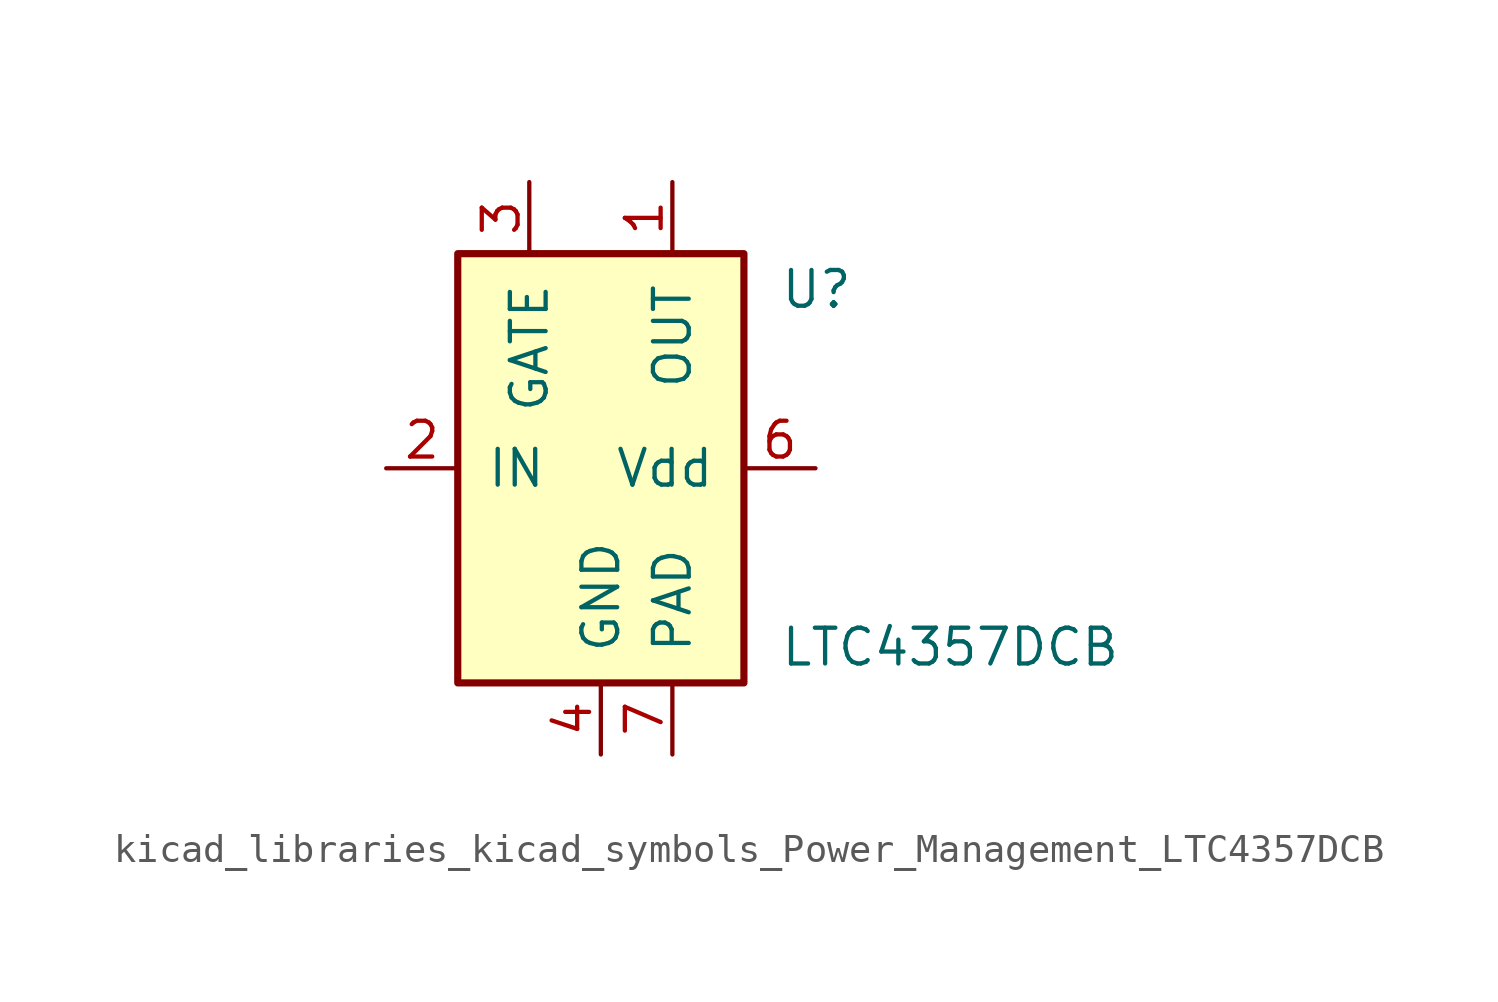
<source format=kicad_sym>
(kicad_symbol_lib
  (version 20220914)
  (generator kicad_symbol_editor)
  (symbol "kicad_libraries_kicad_symbols_Power_Management_LTC4357DCB"
    (pin_names
      (offset 1.016))
    (property "Reference" "U"
      (at 6.35 6.35 0)
      (effects (font (size 1.27 1.27)) (justify left)))
    (property "Value" "LTC4357DCB"
      (at 6.35 -6.35 0)
      (effects (font (size 1.27 1.27)) (justify left)))
    (symbol "kicad_libraries_kicad_symbols_Power_Management_LTC4357DCB_0_1"
      (rectangle (start -5.08 7.62) (end 5.08 -7.62) (stroke (width 0.254) (type default)) (fill (type background))))
    (symbol "kicad_libraries_kicad_symbols_Power_Management_LTC4357DCB_1_1"
      (pin input line (at 2.54 10.16 270) (length 2.54) (name "OUT" (effects (font (size 1.27 1.27)))) (number "1" (effects (font (size 1.27 1.27)))))
      (pin input line (at -7.62 0 0) (length 2.54) (name "IN" (effects (font (size 1.27 1.27)))) (number "2" (effects (font (size 1.27 1.27)))))
      (pin output line (at -2.54 10.16 270) (length 2.54) (name "GATE" (effects (font (size 1.27 1.27)))) (number "3" (effects (font (size 1.27 1.27)))))
      (pin power_in line (at 0 -10.16 90) (length 2.54) (name "GND" (effects (font (size 1.27 1.27)))) (number "4" (effects (font (size 1.27 1.27)))))
      (pin no_connect line (at -5.08 -2.54 0) (length 2.54) hide (name "NC" (effects (font (size 1.27 1.27)))) (number "5" (effects (font (size 1.27 1.27)))))
      (pin power_in line (at 7.62 0 180) (length 2.54) (name "Vdd" (effects (font (size 1.27 1.27)))) (number "6" (effects (font (size 1.27 1.27)))))
      (pin power_in line (at 2.54 -10.16 90) (length 2.54) (name "PAD" (effects (font (size 1.27 1.27)))) (number "7" (effects (font (size 1.27 1.27))))))))
</source>
